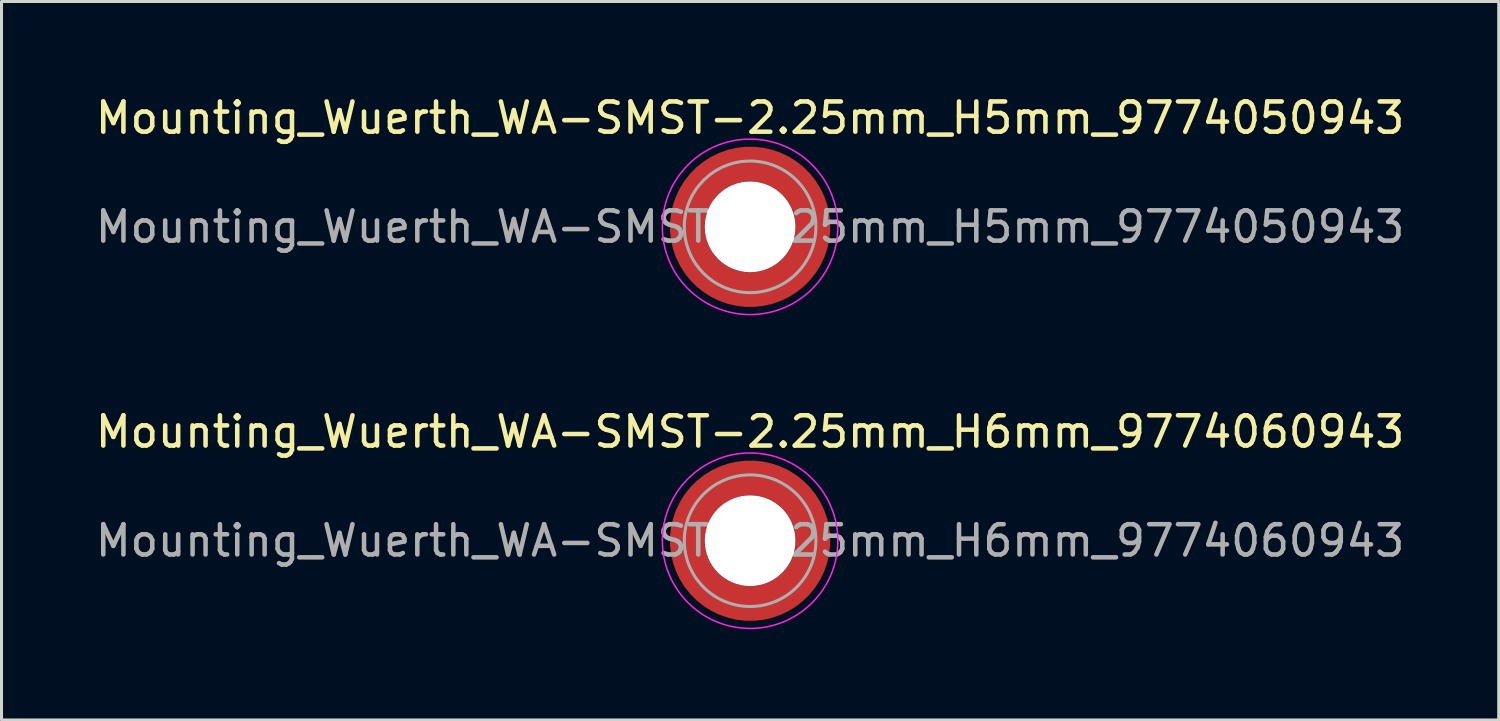
<source format=kicad_pcb>
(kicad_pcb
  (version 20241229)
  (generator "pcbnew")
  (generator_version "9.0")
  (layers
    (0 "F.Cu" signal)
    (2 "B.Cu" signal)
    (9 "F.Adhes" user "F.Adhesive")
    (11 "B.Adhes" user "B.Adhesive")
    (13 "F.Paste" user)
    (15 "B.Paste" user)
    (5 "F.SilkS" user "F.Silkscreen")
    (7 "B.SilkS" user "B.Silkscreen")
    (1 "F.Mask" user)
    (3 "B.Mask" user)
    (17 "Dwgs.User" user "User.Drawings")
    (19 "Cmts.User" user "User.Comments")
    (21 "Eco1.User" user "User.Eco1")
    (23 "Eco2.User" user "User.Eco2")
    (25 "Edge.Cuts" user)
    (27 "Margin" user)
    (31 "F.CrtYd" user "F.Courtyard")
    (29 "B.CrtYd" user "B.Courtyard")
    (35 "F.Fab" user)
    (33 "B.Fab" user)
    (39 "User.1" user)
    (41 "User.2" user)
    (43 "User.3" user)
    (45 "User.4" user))
  (footprint "Mounting_Wuerth_WA-SMST-2.25mm_H5mm_9774050943"
    (layer "F.Cu")
    (at 21.744 4.448)
    (property "Reference" "Mounting_Wuerth_WA-SMST-2.25mm_H5mm_9774050943" (at 0 -3.6 0) (layer "F.SilkS") (effects (font (size 1 1) (thickness 0.15))))
    (attr smd)
    (fp_circle (center 0 0) (end 2.9 0) (stroke (width 0.05) (type solid)) (fill no) (layer "F.CrtYd"))
    (fp_circle (center 0 0) (end 2.175 0) (stroke (width 0.1) (type solid)) (fill no) (layer "F.Fab"))
    (fp_text user "${REFERENCE}" (at 0 0 0) (layer "F.Fab") (effects (font (size 1 1) (thickness 0.15))))
    (pad "" smd custom (at -1.453 -1.453) (size 0.61 0.61) (layers "F.Paste") (options (anchor circle)) (primitives (gr_arc (start -0.147677 1.053104) (mid 0.285964 0.286792) (end 1.051968 -0.147393) (width 0.2)) (gr_arc (start -0.240295 1.053104) (mid 0.22253 0.222946) (end 1.052531 -0.24016) (width 0.2)) (gr_arc (start -0.332645 1.053104) (mid 0.158548 0.15965) (end 1.051583 -0.332304) (width 0.2)) (gr_arc (start -0.424767 1.053104) (mid 0.09486 0.096059) (end 1.051446 -0.424413) (width 0.2)) (gr_arc (start -0.516693 1.053104) (mid 0.031293 0.032346) (end 1.051645 -0.516396) (width 0.2)) (gr_arc (start -0.608448 1.053104) (mid -0.032323 -0.031316) (end 1.051707 -0.608176) (width 0.2)) (gr_arc (start -0.700056 1.053104) (mid -0.09616 -0.094758) (end 1.051155 -0.699693) (width 0.2)) (gr_arc (start -0.791534 1.053104) (mid -0.160388 -0.15781) (end 1.049515 -0.790891) (width 0.2)) (gr_arc (start -0.882896 1.053104) (mid -0.223713 -0.221764) (end 1.050388 -0.882429) (width 0.2)) (gr_arc (start -0.974157 1.053104) (mid -0.287654 -0.2851) (end 1.049541 -0.973566) (width 0.2)) (gr_line (start 1.053 -0.148) (end 1.053 -0.974) (width 0.2)) (gr_line (start -0.148 1.053) (end -0.974 1.053) (width 0.2))))
    (pad "" smd custom (at -1.453 1.453) (size 0.61 0.61) (layers "F.Paste") (options (anchor circle)) (primitives (gr_arc (start 1.053104 0.147677) (mid 0.286792 -0.285964) (end -0.147393 -1.051968) (width 0.2)) (gr_arc (start 1.053104 0.240295) (mid 0.222946 -0.22253) (end -0.24016 -1.052531) (width 0.2)) (gr_arc (start 1.053104 0.332645) (mid 0.15965 -0.158548) (end -0.332304 -1.051583) (width 0.2)) (gr_arc (start 1.053104 0.424767) (mid 0.096059 -0.09486) (end -0.424413 -1.051446) (width 0.2)) (gr_arc (start 1.053104 0.516693) (mid 0.032346 -0.031293) (end -0.516396 -1.051645) (width 0.2)) (gr_arc (start 1.053104 0.608448) (mid -0.031316 0.032323) (end -0.608176 -1.051707) (width 0.2)) (gr_arc (start 1.053104 0.700056) (mid -0.094758 0.09616) (end -0.699693 -1.051155) (width 0.2)) (gr_arc (start 1.053104 0.791534) (mid -0.15781 0.160388) (end -0.790891 -1.049515) (width 0.2)) (gr_arc (start 1.053104 0.882896) (mid -0.221765 0.223713) (end -0.882429 -1.050388) (width 0.2)) (gr_arc (start 1.053104 0.974157) (mid -0.2851 0.287654) (end -0.973566 -1.049541) (width 0.2)) (gr_line (start -0.148 -1.053) (end -0.974 -1.053) (width 0.2)) (gr_line (start 1.053 0.148) (end 1.053 0.974) (width 0.2))))
    (pad "" np_thru_hole circle (at 0 0) (size 3 3) (drill 3) (layers "*.Cu" "*.Mask"))
    (pad "" smd custom (at 1.453 -1.453) (size 0.61 0.61) (layers "F.Paste") (options (anchor circle)) (primitives (gr_arc (start -1.053104 -0.147677) (mid -0.286792 0.285964) (end 0.147393 1.051968) (width 0.2)) (gr_arc (start -1.053104 -0.240295) (mid -0.222946 0.22253) (end 0.24016 1.052531) (width 0.2)) (gr_arc (start -1.053104 -0.332645) (mid -0.15965 0.158548) (end 0.332304 1.051583) (width 0.2)) (gr_arc (start -1.053104 -0.424767) (mid -0.096059 0.09486) (end 0.424413 1.051446) (width 0.2)) (gr_arc (start -1.053104 -0.516693) (mid -0.032346 0.031293) (end 0.516396 1.051645) (width 0.2)) (gr_arc (start -1.053104 -0.608448) (mid 0.031316 -0.032323) (end 0.608176 1.051707) (width 0.2)) (gr_arc (start -1.053104 -0.700056) (mid 0.094758 -0.09616) (end 0.699693 1.051155) (width 0.2)) (gr_arc (start -1.053104 -0.791534) (mid 0.15781 -0.160388) (end 0.790891 1.049515) (width 0.2)) (gr_arc (start -1.053104 -0.882896) (mid 0.221764 -0.223713) (end 0.882429 1.050388) (width 0.2)) (gr_arc (start -1.053104 -0.974157) (mid 0.2851 -0.287654) (end 0.973566 1.049541) (width 0.2)) (gr_line (start 0.148 1.053) (end 0.974 1.053) (width 0.2)) (gr_line (start -1.053 -0.148) (end -1.053 -0.974) (width 0.2))))
    (pad "" smd custom (at 1.453 1.453) (size 0.61 0.61) (layers "F.Paste") (options (anchor circle)) (primitives (gr_arc (start 0.147677 -1.053104) (mid -0.285964 -0.286792) (end -1.051968 0.147393) (width 0.2)) (gr_arc (start 0.240295 -1.053104) (mid -0.22253 -0.222946) (end -1.052531 0.24016) (width 0.2)) (gr_arc (start 0.332645 -1.053104) (mid -0.158548 -0.15965) (end -1.051583 0.332304) (width 0.2)) (gr_arc (start 0.424767 -1.053104) (mid -0.09486 -0.096059) (end -1.051446 0.424413) (width 0.2)) (gr_arc (start 0.516693 -1.053104) (mid -0.031293 -0.032346) (end -1.051645 0.516396) (width 0.2)) (gr_arc (start 0.608448 -1.053104) (mid 0.032323 0.031316) (end -1.051707 0.608176) (width 0.2)) (gr_arc (start 0.700056 -1.053104) (mid 0.09616 0.094758) (end -1.051155 0.699693) (width 0.2)) (gr_arc (start 0.791534 -1.053104) (mid 0.160388 0.15781) (end -1.049515 0.790891) (width 0.2)) (gr_arc (start 0.882896 -1.053104) (mid 0.223713 0.221764) (end -1.050388 0.882429) (width 0.2)) (gr_arc (start 0.974157 -1.053104) (mid 0.287654 0.2851) (end -1.049541 0.973566) (width 0.2)) (gr_line (start -1.053 0.148) (end -1.053 0.974) (width 0.2)) (gr_line (start 0.148 -1.053) (end 0.974 -1.053) (width 0.2))))
    (pad "1" smd circle (at -2.075 0) (size 0.75 0.75) (layers "F.Cu"))
    (pad "1" smd circle (at 0 -2.075) (size 0.75 0.75) (layers "F.Cu"))
    (pad "1" smd circle (at 0 2.075) (size 0.75 0.75) (layers "F.Cu"))
    (pad "1" smd custom (at 2.075 0) (size 0.75 0.75) (layers "F.Cu" "F.Mask") (options (anchor circle)) (primitives (gr_circle (center -2.075 0) (end 0 0) (width 1.15) (fill no)))))
  (footprint "Mounting_Wuerth_WA-SMST-2.25mm_H6mm_9774060943"
    (layer "F.Cu")
    (at 21.744 14.822)
    (property "Reference" "Mounting_Wuerth_WA-SMST-2.25mm_H6mm_9774060943" (at 0 -3.6 0) (layer "F.SilkS") (effects (font (size 1 1) (thickness 0.15))))
    (attr smd)
    (fp_circle (center 0 0) (end 2.9 0) (stroke (width 0.05) (type solid)) (fill no) (layer "F.CrtYd"))
    (fp_circle (center 0 0) (end 2.175 0) (stroke (width 0.1) (type solid)) (fill no) (layer "F.Fab"))
    (fp_text user "${REFERENCE}" (at 0 0 0) (layer "F.Fab") (effects (font (size 1 1) (thickness 0.15))))
    (pad "" smd custom (at -1.453 -1.453) (size 0.61 0.61) (layers "F.Paste") (options (anchor circle)) (primitives (gr_arc (start -0.147677 1.053104) (mid 0.285964 0.286792) (end 1.051968 -0.147393) (width 0.2)) (gr_arc (start -0.240295 1.053104) (mid 0.22253 0.222946) (end 1.052531 -0.24016) (width 0.2)) (gr_arc (start -0.332645 1.053104) (mid 0.158548 0.15965) (end 1.051583 -0.332304) (width 0.2)) (gr_arc (start -0.424767 1.053104) (mid 0.09486 0.096059) (end 1.051446 -0.424413) (width 0.2)) (gr_arc (start -0.516693 1.053104) (mid 0.031293 0.032346) (end 1.051645 -0.516396) (width 0.2)) (gr_arc (start -0.608448 1.053104) (mid -0.032323 -0.031316) (end 1.051707 -0.608176) (width 0.2)) (gr_arc (start -0.700056 1.053104) (mid -0.09616 -0.094758) (end 1.051155 -0.699693) (width 0.2)) (gr_arc (start -0.791534 1.053104) (mid -0.160388 -0.15781) (end 1.049515 -0.790891) (width 0.2)) (gr_arc (start -0.882896 1.053104) (mid -0.223713 -0.221764) (end 1.050388 -0.882429) (width 0.2)) (gr_arc (start -0.974157 1.053104) (mid -0.287654 -0.2851) (end 1.049541 -0.973566) (width 0.2)) (gr_line (start 1.053 -0.148) (end 1.053 -0.974) (width 0.2)) (gr_line (start -0.148 1.053) (end -0.974 1.053) (width 0.2))))
    (pad "" smd custom (at -1.453 1.453) (size 0.61 0.61) (layers "F.Paste") (options (anchor circle)) (primitives (gr_arc (start 1.053104 0.147677) (mid 0.286792 -0.285964) (end -0.147393 -1.051968) (width 0.2)) (gr_arc (start 1.053104 0.240295) (mid 0.222946 -0.22253) (end -0.24016 -1.052531) (width 0.2)) (gr_arc (start 1.053104 0.332645) (mid 0.15965 -0.158548) (end -0.332304 -1.051583) (width 0.2)) (gr_arc (start 1.053104 0.424767) (mid 0.096059 -0.09486) (end -0.424413 -1.051446) (width 0.2)) (gr_arc (start 1.053104 0.516693) (mid 0.032346 -0.031293) (end -0.516396 -1.051645) (width 0.2)) (gr_arc (start 1.053104 0.608448) (mid -0.031316 0.032323) (end -0.608176 -1.051707) (width 0.2)) (gr_arc (start 1.053104 0.700056) (mid -0.094758 0.09616) (end -0.699693 -1.051155) (width 0.2)) (gr_arc (start 1.053104 0.791534) (mid -0.15781 0.160388) (end -0.790891 -1.049515) (width 0.2)) (gr_arc (start 1.053104 0.882896) (mid -0.221765 0.223713) (end -0.882429 -1.050388) (width 0.2)) (gr_arc (start 1.053104 0.974157) (mid -0.2851 0.287654) (end -0.973566 -1.049541) (width 0.2)) (gr_line (start -0.148 -1.053) (end -0.974 -1.053) (width 0.2)) (gr_line (start 1.053 0.148) (end 1.053 0.974) (width 0.2))))
    (pad "" np_thru_hole circle (at 0 0) (size 3 3) (drill 3) (layers "*.Cu" "*.Mask"))
    (pad "" smd custom (at 1.453 -1.453) (size 0.61 0.61) (layers "F.Paste") (options (anchor circle)) (primitives (gr_arc (start -1.053104 -0.147677) (mid -0.286792 0.285964) (end 0.147393 1.051968) (width 0.2)) (gr_arc (start -1.053104 -0.240295) (mid -0.222946 0.22253) (end 0.24016 1.052531) (width 0.2)) (gr_arc (start -1.053104 -0.332645) (mid -0.15965 0.158548) (end 0.332304 1.051583) (width 0.2)) (gr_arc (start -1.053104 -0.424767) (mid -0.096059 0.09486) (end 0.424413 1.051446) (width 0.2)) (gr_arc (start -1.053104 -0.516693) (mid -0.032346 0.031293) (end 0.516396 1.051645) (width 0.2)) (gr_arc (start -1.053104 -0.608448) (mid 0.031316 -0.032323) (end 0.608176 1.051707) (width 0.2)) (gr_arc (start -1.053104 -0.700056) (mid 0.094758 -0.09616) (end 0.699693 1.051155) (width 0.2)) (gr_arc (start -1.053104 -0.791534) (mid 0.15781 -0.160388) (end 0.790891 1.049515) (width 0.2)) (gr_arc (start -1.053104 -0.882896) (mid 0.221764 -0.223713) (end 0.882429 1.050388) (width 0.2)) (gr_arc (start -1.053104 -0.974157) (mid 0.2851 -0.287654) (end 0.973566 1.049541) (width 0.2)) (gr_line (start 0.148 1.053) (end 0.974 1.053) (width 0.2)) (gr_line (start -1.053 -0.148) (end -1.053 -0.974) (width 0.2))))
    (pad "" smd custom (at 1.453 1.453) (size 0.61 0.61) (layers "F.Paste") (options (anchor circle)) (primitives (gr_arc (start 0.147677 -1.053104) (mid -0.285964 -0.286792) (end -1.051968 0.147393) (width 0.2)) (gr_arc (start 0.240295 -1.053104) (mid -0.22253 -0.222946) (end -1.052531 0.24016) (width 0.2)) (gr_arc (start 0.332645 -1.053104) (mid -0.158548 -0.15965) (end -1.051583 0.332304) (width 0.2)) (gr_arc (start 0.424767 -1.053104) (mid -0.09486 -0.096059) (end -1.051446 0.424413) (width 0.2)) (gr_arc (start 0.516693 -1.053104) (mid -0.031293 -0.032346) (end -1.051645 0.516396) (width 0.2)) (gr_arc (start 0.608448 -1.053104) (mid 0.032323 0.031316) (end -1.051707 0.608176) (width 0.2)) (gr_arc (start 0.700056 -1.053104) (mid 0.09616 0.094758) (end -1.051155 0.699693) (width 0.2)) (gr_arc (start 0.791534 -1.053104) (mid 0.160388 0.15781) (end -1.049515 0.790891) (width 0.2)) (gr_arc (start 0.882896 -1.053104) (mid 0.223713 0.221764) (end -1.050388 0.882429) (width 0.2)) (gr_arc (start 0.974157 -1.053104) (mid 0.287654 0.2851) (end -1.049541 0.973566) (width 0.2)) (gr_line (start -1.053 0.148) (end -1.053 0.974) (width 0.2)) (gr_line (start 0.148 -1.053) (end 0.974 -1.053) (width 0.2))))
    (pad "1" smd circle (at -2.075 0) (size 0.75 0.75) (layers "F.Cu"))
    (pad "1" smd circle (at 0 -2.075) (size 0.75 0.75) (layers "F.Cu"))
    (pad "1" smd circle (at 0 2.075) (size 0.75 0.75) (layers "F.Cu"))
    (pad "1" smd custom (at 2.075 0) (size 0.75 0.75) (layers "F.Cu" "F.Mask") (options (anchor circle)) (primitives (gr_circle (center -2.075 0) (end 0 0) (width 1.15) (fill no)))))
  (gr_rect
    (start -3 -3)
    (end 46.488 20.747)
    (stroke (width 0.1) (type default))
    (fill no)
    (layer "Edge.Cuts")))
</source>
